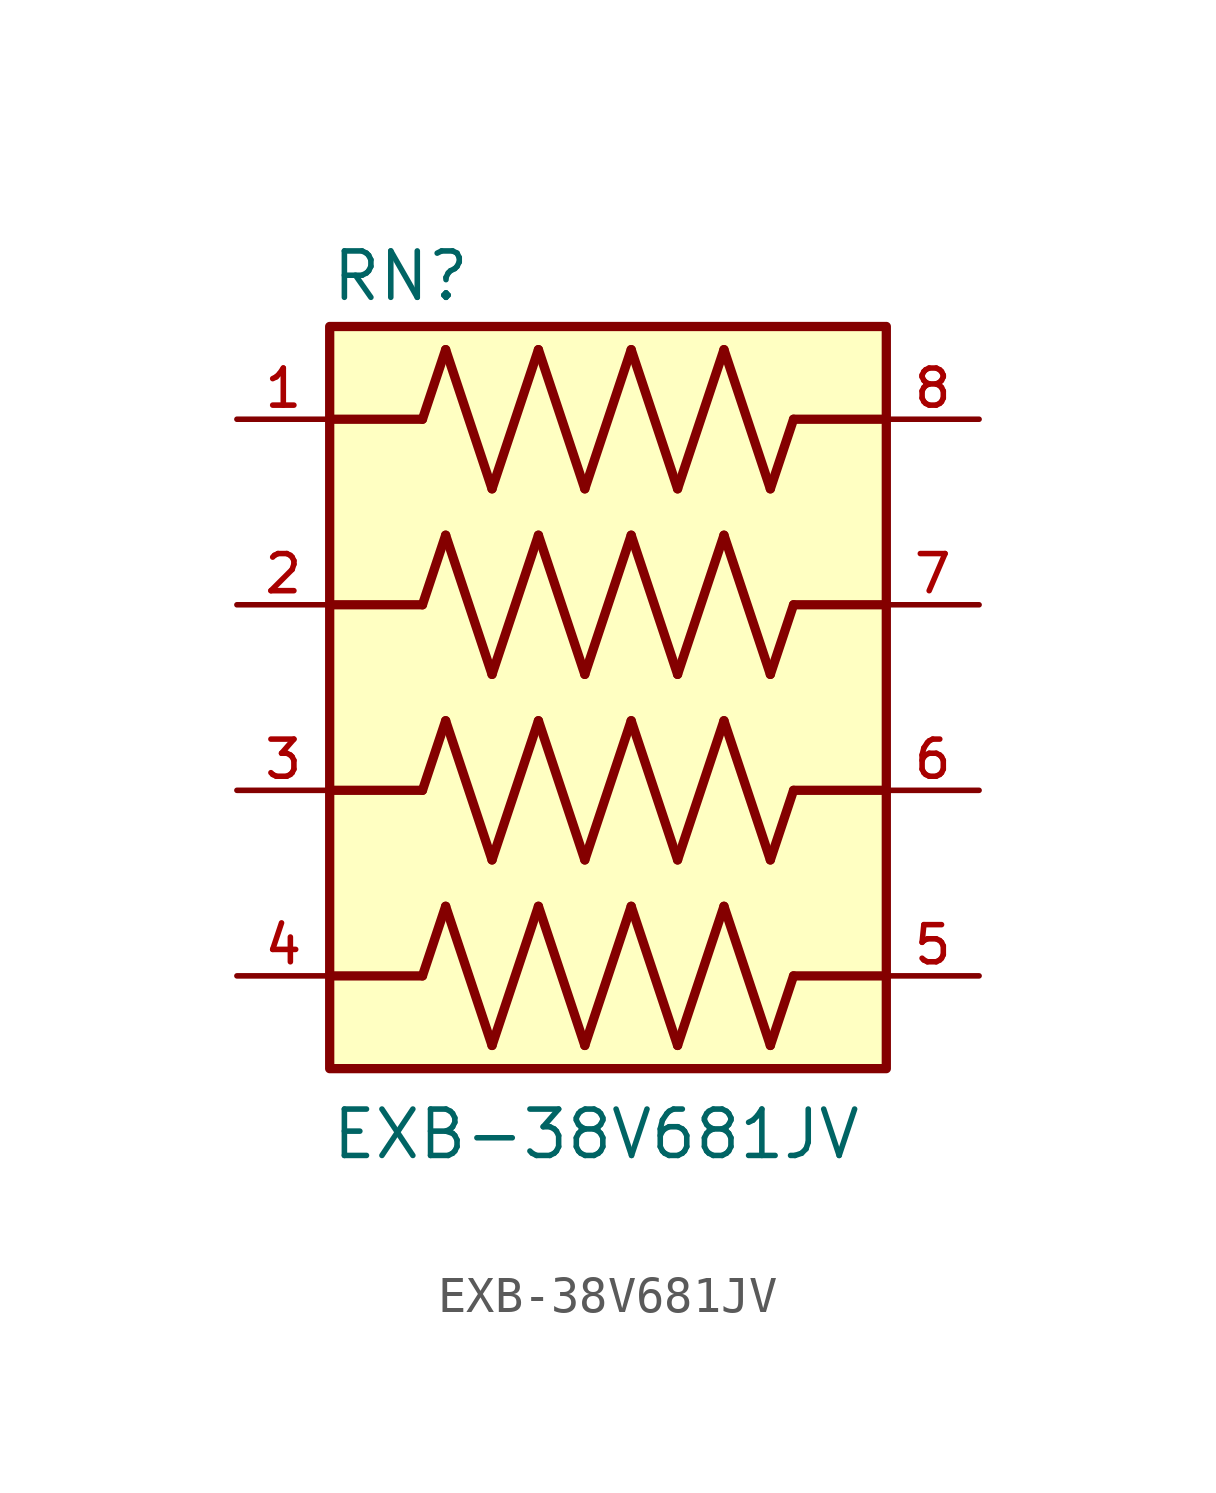
<source format=kicad_sym>
(kicad_symbol_lib
  (version 20211014)
  (generator kicad_symbol_editor)
  (symbol "EXB-38V681JV"
    (pin_names
      (offset 1.016))
    (property "Reference" "RN"
      (at -7.62 10.795 0)
      (effects (font (size 1.27 1.27)) (justify bottom left)))
    (property "Value" "EXB-38V681JV"
      (at -7.62 -12.7 0)
      (effects (font (size 1.27 1.27)) (justify bottom left)))
    (symbol "EXB-38V681JV_0_0"
      (polyline (pts (xy -5.08 7.62) (xy -4.445 9.525)) (stroke (width 0.254)))
      (polyline (pts (xy -4.445 9.525) (xy -3.175 5.715)) (stroke (width 0.254)))
      (polyline (pts (xy -3.175 5.715) (xy -1.905 9.525)) (stroke (width 0.254)))
      (polyline (pts (xy -1.905 9.525) (xy -0.635 5.715)) (stroke (width 0.254)))
      (polyline (pts (xy -0.635 5.715) (xy 0.635 9.525)) (stroke (width 0.254)))
      (polyline (pts (xy 0.635 9.525) (xy 1.905 5.715)) (stroke (width 0.254)))
      (polyline (pts (xy 1.905 5.715) (xy 3.175 9.525)) (stroke (width 0.254)))
      (polyline (pts (xy 3.175 9.525) (xy 4.445 5.715)) (stroke (width 0.254)))
      (polyline (pts (xy 4.445 5.715) (xy 5.08 7.62)) (stroke (width 0.254)))
      (polyline (pts (xy -5.08 2.54) (xy -4.445 4.445)) (stroke (width 0.254)))
      (polyline (pts (xy -4.445 4.445) (xy -3.175 0.635)) (stroke (width 0.254)))
      (polyline (pts (xy -3.175 0.635) (xy -1.905 4.445)) (stroke (width 0.254)))
      (polyline (pts (xy -1.905 4.445) (xy -0.635 0.635)) (stroke (width 0.254)))
      (polyline (pts (xy -0.635 0.635) (xy 0.635 4.445)) (stroke (width 0.254)))
      (polyline (pts (xy 0.635 4.445) (xy 1.905 0.635)) (stroke (width 0.254)))
      (polyline (pts (xy 1.905 0.635) (xy 3.175 4.445)) (stroke (width 0.254)))
      (polyline (pts (xy 3.175 4.445) (xy 4.445 0.635)) (stroke (width 0.254)))
      (polyline (pts (xy 4.445 0.635) (xy 5.08 2.54)) (stroke (width 0.254)))
      (polyline (pts (xy -5.08 -2.54) (xy -4.445 -0.635)) (stroke (width 0.254)))
      (polyline (pts (xy -4.445 -0.635) (xy -3.175 -4.445)) (stroke (width 0.254)))
      (polyline (pts (xy -3.175 -4.445) (xy -1.905 -0.635)) (stroke (width 0.254)))
      (polyline (pts (xy -1.905 -0.635) (xy -0.635 -4.445)) (stroke (width 0.254)))
      (polyline (pts (xy -0.635 -4.445) (xy 0.635 -0.635)) (stroke (width 0.254)))
      (polyline (pts (xy 0.635 -0.635) (xy 1.905 -4.445)) (stroke (width 0.254)))
      (polyline (pts (xy 1.905 -4.445) (xy 3.175 -0.635)) (stroke (width 0.254)))
      (polyline (pts (xy 3.175 -0.635) (xy 4.445 -4.445)) (stroke (width 0.254)))
      (polyline (pts (xy 4.445 -4.445) (xy 5.08 -2.54)) (stroke (width 0.254)))
      (polyline (pts (xy -5.08 -7.62) (xy -4.445 -5.715)) (stroke (width 0.254)))
      (polyline (pts (xy -4.445 -5.715) (xy -3.175 -9.525)) (stroke (width 0.254)))
      (polyline (pts (xy -3.175 -9.525) (xy -1.905 -5.715)) (stroke (width 0.254)))
      (polyline (pts (xy -1.905 -5.715) (xy -0.635 -9.525)) (stroke (width 0.254)))
      (polyline (pts (xy -0.635 -9.525) (xy 0.635 -5.715)) (stroke (width 0.254)))
      (polyline (pts (xy 0.635 -5.715) (xy 1.905 -9.525)) (stroke (width 0.254)))
      (polyline (pts (xy 1.905 -9.525) (xy 3.175 -5.715)) (stroke (width 0.254)))
      (polyline (pts (xy 3.175 -5.715) (xy 4.445 -9.525)) (stroke (width 0.254)))
      (polyline (pts (xy 4.445 -9.525) (xy 5.08 -7.62)) (stroke (width 0.254)))
      (polyline (pts (xy -5.08 7.62) (xy -7.62 7.62)) (stroke (width 0.254)))
      (polyline (pts (xy -5.08 2.54) (xy -7.62 2.54)) (stroke (width 0.254)))
      (polyline (pts (xy -5.08 -2.54) (xy -7.62 -2.54)) (stroke (width 0.254)))
      (polyline (pts (xy -5.08 -7.62) (xy -7.62 -7.62)) (stroke (width 0.254)))
      (polyline (pts (xy 5.08 -7.62) (xy 7.62 -7.62)) (stroke (width 0.254)))
      (polyline (pts (xy 5.08 -2.54) (xy 7.62 -2.54)) (stroke (width 0.254)))
      (polyline (pts (xy 5.08 2.54) (xy 7.62 2.54)) (stroke (width 0.254)))
      (polyline (pts (xy 5.08 7.62) (xy 7.62 7.62)) (stroke (width 0.254)))
      (rectangle (start -7.62 -10.16) (end 7.62 10.16) (stroke (width 0.254)) (fill (type background)))
      (pin passive line (at -10.16 -7.62 0) (length 2.54) (name "~" (effects (font (size 1.016 1.016)))) (number "4" (effects (font (size 1.016 1.016)))))
      (pin passive line (at -10.16 -2.54 0) (length 2.54) (name "~" (effects (font (size 1.016 1.016)))) (number "3" (effects (font (size 1.016 1.016)))))
      (pin passive line (at -10.16 2.54 0) (length 2.54) (name "~" (effects (font (size 1.016 1.016)))) (number "2" (effects (font (size 1.016 1.016)))))
      (pin passive line (at -10.16 7.62 0) (length 2.54) (name "~" (effects (font (size 1.016 1.016)))) (number "1" (effects (font (size 1.016 1.016)))))
      (pin passive line (at 10.16 -2.54 180.0) (length 2.54) (name "~" (effects (font (size 1.016 1.016)))) (number "6" (effects (font (size 1.016 1.016)))))
      (pin passive line (at 10.16 -7.62 180.0) (length 2.54) (name "~" (effects (font (size 1.016 1.016)))) (number "5" (effects (font (size 1.016 1.016)))))
      (pin passive line (at 10.16 7.62 180.0) (length 2.54) (name "~" (effects (font (size 1.016 1.016)))) (number "8" (effects (font (size 1.016 1.016)))))
      (pin passive line (at 10.16 2.54 180.0) (length 2.54) (name "~" (effects (font (size 1.016 1.016)))) (number "7" (effects (font (size 1.016 1.016))))))))
</source>
